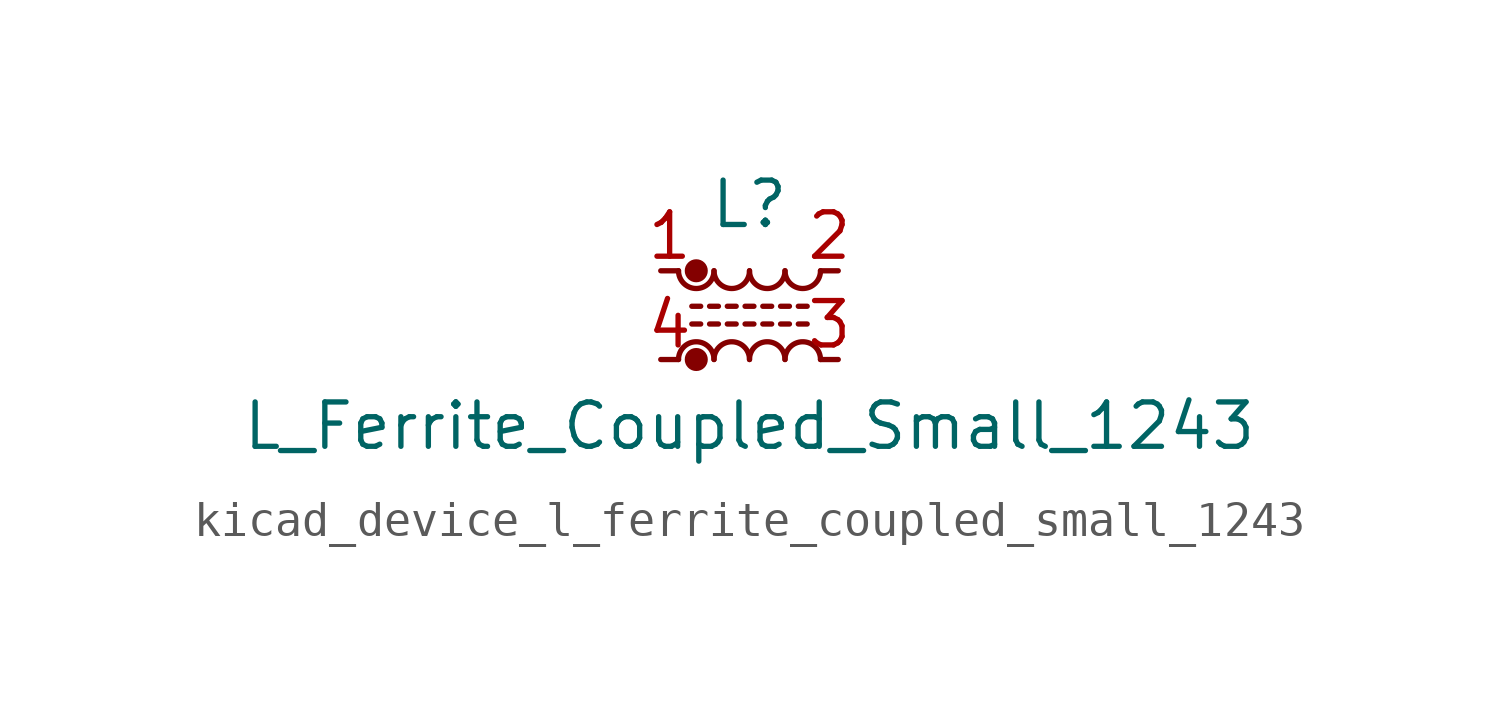
<source format=kicad_sym>
(kicad_symbol_lib
  (version 20220914)
  (generator kicad_symbol_editor)
  (symbol "kicad_device_l_ferrite_coupled_small_1243"
    (pin_names
      (offset 0.254) hide)
    (property "Reference" "L"
      (at 0 3.175 0)
      (effects (font (size 1.27 1.27))))
    (property "Value" "L_Ferrite_Coupled_Small_1243"
      (at 0 -3.175 0)
      (effects (font (size 1.27 1.27))))
    (symbol "kicad_device_l_ferrite_coupled_small_1243_0_1"
      (arc (start -2.032 1.27) (mid -1.524 0.7642) (end -1.016 1.27) (stroke (width 0) (type default)) (fill (type none)))
      (circle (center -1.524 -1.27) (radius 0.254) (stroke (width 0) (type default)) (fill (type outline)))
      (circle (center -1.524 1.27) (radius 0.254) (stroke (width 0) (type default)) (fill (type outline)))
      (arc (start -1.016 -1.27) (mid -1.524 -0.7642) (end -2.032 -1.27) (stroke (width 0) (type default)) (fill (type none)))
      (arc (start -1.016 1.27) (mid -0.508 0.7642) (end 0 1.27) (stroke (width 0) (type default)) (fill (type none)))
      (arc (start 0 -1.27) (mid -0.508 -0.7642) (end -1.016 -1.27) (stroke (width 0) (type default)) (fill (type none)))
      (polyline (pts (xy -1.651 0.254) (xy -1.397 0.254)) (stroke (width 0) (type default)) (fill (type none)))
      (polyline (pts (xy -1.397 -0.254) (xy -1.651 -0.254)) (stroke (width 0) (type default)) (fill (type none)))
      (polyline (pts (xy -1.143 0.254) (xy -0.889 0.254)) (stroke (width 0) (type default)) (fill (type none)))
      (polyline (pts (xy -0.889 -0.254) (xy -1.143 -0.254)) (stroke (width 0) (type default)) (fill (type none)))
      (polyline (pts (xy -0.635 0.254) (xy -0.381 0.254)) (stroke (width 0) (type default)) (fill (type none)))
      (polyline (pts (xy -0.381 -0.254) (xy -0.635 -0.254)) (stroke (width 0) (type default)) (fill (type none)))
      (polyline (pts (xy -0.127 0.254) (xy 0.127 0.254)) (stroke (width 0) (type default)) (fill (type none)))
      (polyline (pts (xy 0.127 -0.254) (xy -0.127 -0.254)) (stroke (width 0) (type default)) (fill (type none)))
      (polyline (pts (xy 0.381 0.254) (xy 0.635 0.254)) (stroke (width 0) (type default)) (fill (type none)))
      (polyline (pts (xy 0.635 -0.254) (xy 0.381 -0.254)) (stroke (width 0) (type default)) (fill (type none)))
      (polyline (pts (xy 0.889 0.254) (xy 1.143 0.254)) (stroke (width 0) (type default)) (fill (type none)))
      (polyline (pts (xy 1.143 -0.254) (xy 0.889 -0.254)) (stroke (width 0) (type default)) (fill (type none)))
      (polyline (pts (xy 1.397 0.254) (xy 1.651 0.254)) (stroke (width 0) (type default)) (fill (type none)))
      (polyline (pts (xy 1.651 -0.254) (xy 1.397 -0.254)) (stroke (width 0) (type default)) (fill (type none)))
      (arc (start 0 1.27) (mid 0.508 0.7642) (end 1.016 1.27) (stroke (width 0) (type default)) (fill (type none)))
      (arc (start 1.016 -1.27) (mid 0.508 -0.7642) (end 0 -1.27) (stroke (width 0) (type default)) (fill (type none)))
      (arc (start 1.016 1.27) (mid 1.524 0.7642) (end 2.032 1.27) (stroke (width 0) (type default)) (fill (type none)))
      (arc (start 2.032 -1.27) (mid 1.524 -0.7642) (end 1.016 -1.27) (stroke (width 0) (type default)) (fill (type none))))
    (symbol "kicad_device_l_ferrite_coupled_small_1243_1_1"
      (pin passive line (at -2.54 1.27 0) (length 0.508) (name "1" (effects (font (size 1.27 1.27)))) (number "1" (effects (font (size 1.27 1.27)))))
      (pin passive line (at 2.54 1.27 180) (length 0.508) (name "2" (effects (font (size 1.27 1.27)))) (number "2" (effects (font (size 1.27 1.27)))))
      (pin passive line (at 2.54 -1.27 180) (length 0.508) (name "3" (effects (font (size 1.27 1.27)))) (number "3" (effects (font (size 1.27 1.27)))))
      (pin passive line (at -2.54 -1.27 0) (length 0.508) (name "4" (effects (font (size 1.27 1.27)))) (number "4" (effects (font (size 1.27 1.27))))))))
</source>
